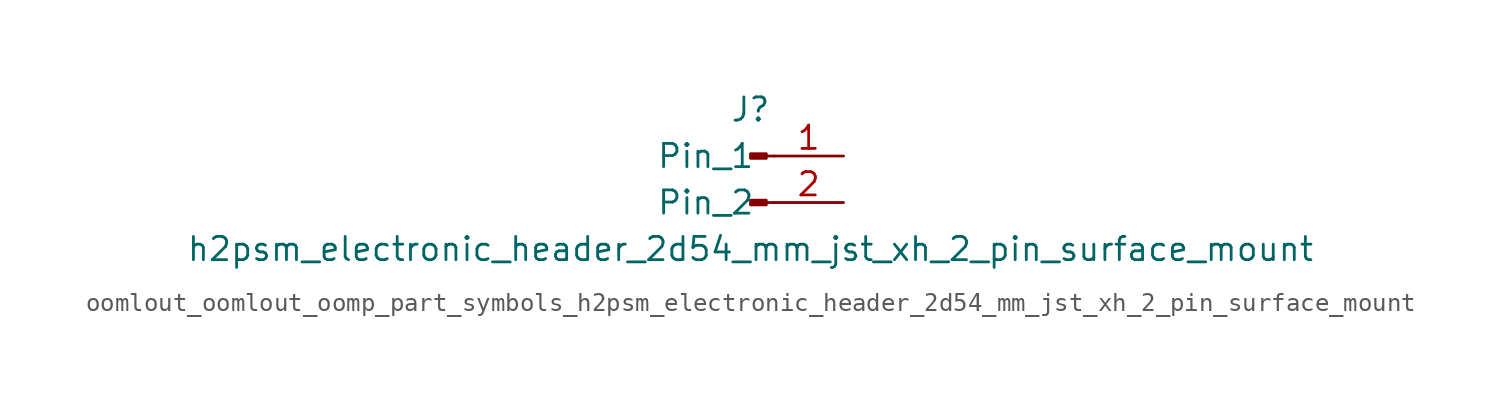
<source format=kicad_sym>
(kicad_symbol_lib
  (version 20220914)
  (generator kicad_symbol_editor)
  (symbol "oomlout_oomlout_oomp_part_symbols_h2psm_electronic_header_2d54_mm_jst_xh_2_pin_surface_mount"
    (pin_names
      (offset 1.016))
    (property "Reference" "J"
      (at 0 2.54 0)
      (effects (font (size 1.27 1.27))))
    (property "Value" "h2psm_electronic_header_2d54_mm_jst_xh_2_pin_surface_mount"
      (at 0 -5.08 0)
      (effects (font (size 1.27 1.27))))
    (property "ki_locked" ""
      (at 0 0 0)
      (effects (font (size 1.27 1.27))))
    (symbol "oomlout_oomlout_oomp_part_symbols_h2psm_electronic_header_2d54_mm_jst_xh_2_pin_surface_mount_1_1"
      (polyline (pts (xy 1.27 -2.54) (xy 0.864 -2.54)) (stroke (width 0.152) (type default)) (fill (type none)))
      (polyline (pts (xy 1.27 0) (xy 0.864 0)) (stroke (width 0.152) (type default)) (fill (type none)))
      (rectangle (start 0.864 -2.413) (end 0 -2.667) (stroke (width 0.152) (type default)) (fill (type outline)))
      (rectangle (start 0.864 0.127) (end 0 -0.127) (stroke (width 0.152) (type default)) (fill (type outline)))
      (pin passive line (at 5.08 0 180) (length 3.81) (name "Pin_1" (effects (font (size 1.27 1.27)))) (number "1" (effects (font (size 1.27 1.27)))))
      (pin passive line (at 5.08 -2.54 180) (length 3.81) (name "Pin_2" (effects (font (size 1.27 1.27)))) (number "2" (effects (font (size 1.27 1.27))))))))
</source>
